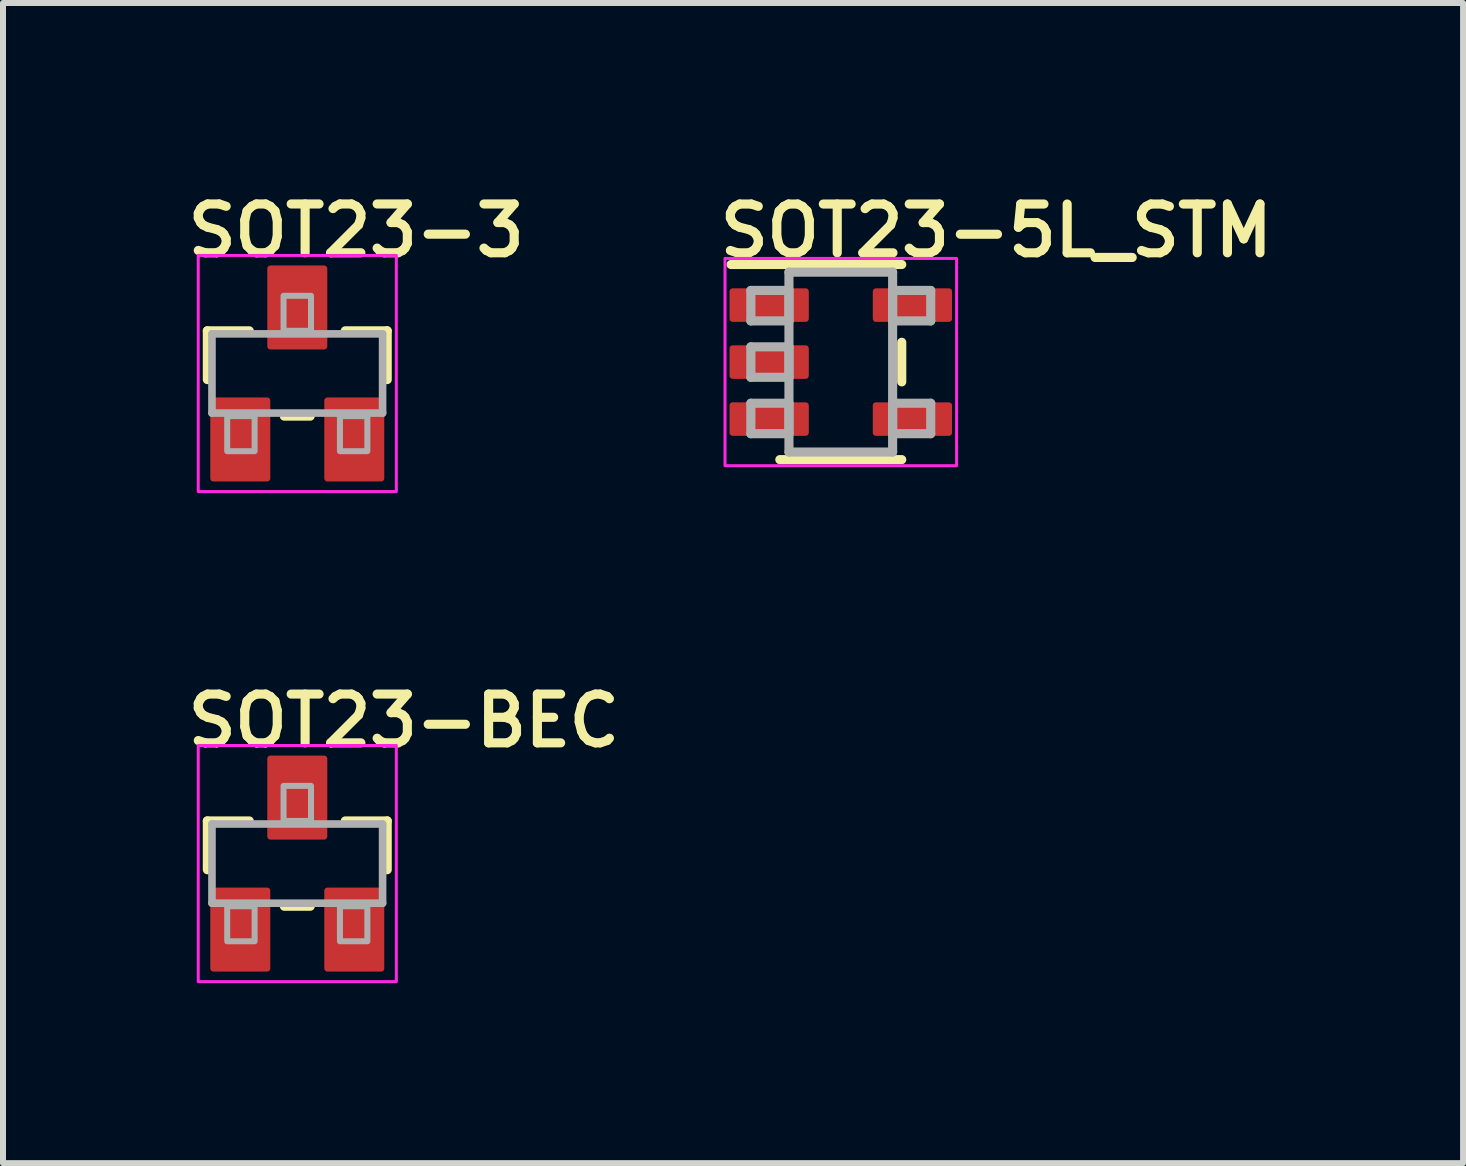
<source format=kicad_pcb>
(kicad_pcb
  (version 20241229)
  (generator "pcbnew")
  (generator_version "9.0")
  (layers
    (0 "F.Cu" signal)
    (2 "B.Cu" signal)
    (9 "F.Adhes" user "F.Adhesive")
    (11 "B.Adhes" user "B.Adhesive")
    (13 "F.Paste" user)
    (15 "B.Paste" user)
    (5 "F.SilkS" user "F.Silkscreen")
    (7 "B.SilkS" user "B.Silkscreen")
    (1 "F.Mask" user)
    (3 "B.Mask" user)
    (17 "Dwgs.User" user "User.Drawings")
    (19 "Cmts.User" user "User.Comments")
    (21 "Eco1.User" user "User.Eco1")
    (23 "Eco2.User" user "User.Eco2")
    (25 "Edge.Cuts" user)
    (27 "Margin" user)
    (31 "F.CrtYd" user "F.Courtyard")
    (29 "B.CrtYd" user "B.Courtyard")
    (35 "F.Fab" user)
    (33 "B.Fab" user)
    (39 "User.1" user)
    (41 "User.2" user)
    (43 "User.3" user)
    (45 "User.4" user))
  (footprint "SOT23-5L_STM"
    (layer "F.Cu")
    (at 10.964 2.985)
    (property "Reference" "SOT23-5L_STM" (at -2.095 -1.714 0) (layer "F.SilkS") (effects (font (size 0.813 0.813) (thickness 0.152) (bold yes)) (justify left bottom)))
    (attr smd)
    (fp_line (start -1.016 1.626) (end 1.016 1.626) (stroke (width 0.152) (type solid)) (layer "F.SilkS"))
    (fp_line (start 1.016 -1.626) (end -1.829 -1.626) (stroke (width 0.152) (type solid)) (layer "F.SilkS"))
    (fp_line (start 1.016 0.33) (end 1.016 -0.33) (stroke (width 0.152) (type solid)) (layer "F.SilkS"))
    (fp_rect (start -1.93 -1.727) (end 1.93 1.727) (stroke (width 0.05) (type solid)) (fill no) (layer "F.CrtYd"))
    (fp_line (start -1.499 -1.194) (end -1.499 -0.686) (stroke (width 0.152) (type solid)) (layer "F.Fab"))
    (fp_line (start -1.499 -0.686) (end -0.864 -0.686) (stroke (width 0.152) (type solid)) (layer "F.Fab"))
    (fp_line (start -1.499 -0.254) (end -1.499 0.254) (stroke (width 0.152) (type solid)) (layer "F.Fab"))
    (fp_line (start -1.499 0.254) (end -0.864 0.254) (stroke (width 0.152) (type solid)) (layer "F.Fab"))
    (fp_line (start -1.499 0.686) (end -1.499 1.194) (stroke (width 0.152) (type solid)) (layer "F.Fab"))
    (fp_line (start -1.499 1.194) (end -0.864 1.194) (stroke (width 0.152) (type solid)) (layer "F.Fab"))
    (fp_line (start -0.864 -1.499) (end -0.864 1.499) (stroke (width 0.152) (type solid)) (layer "F.Fab"))
    (fp_line (start -0.864 -1.194) (end -1.499 -1.194) (stroke (width 0.152) (type solid)) (layer "F.Fab"))
    (fp_line (start -0.864 -0.686) (end -0.864 -1.194) (stroke (width 0.152) (type solid)) (layer "F.Fab"))
    (fp_line (start -0.864 -0.254) (end -1.499 -0.254) (stroke (width 0.152) (type solid)) (layer "F.Fab"))
    (fp_line (start -0.864 0.254) (end -0.864 -0.254) (stroke (width 0.152) (type solid)) (layer "F.Fab"))
    (fp_line (start -0.864 0.686) (end -1.499 0.686) (stroke (width 0.152) (type solid)) (layer "F.Fab"))
    (fp_line (start -0.864 1.194) (end -0.864 0.686) (stroke (width 0.152) (type solid)) (layer "F.Fab"))
    (fp_line (start -0.864 1.499) (end 0.864 1.499) (stroke (width 0.152) (type solid)) (layer "F.Fab"))
    (fp_line (start 0.864 -1.499) (end -0.864 -1.499) (stroke (width 0.152) (type solid)) (layer "F.Fab"))
    (fp_line (start 0.864 -1.194) (end 0.864 -0.686) (stroke (width 0.152) (type solid)) (layer "F.Fab"))
    (fp_line (start 0.864 -0.686) (end 1.499 -0.686) (stroke (width 0.152) (type solid)) (layer "F.Fab"))
    (fp_line (start 0.864 0.686) (end 0.864 1.194) (stroke (width 0.152) (type solid)) (layer "F.Fab"))
    (fp_line (start 0.864 1.194) (end 1.499 1.194) (stroke (width 0.152) (type solid)) (layer "F.Fab"))
    (fp_line (start 0.864 1.499) (end 0.864 -1.499) (stroke (width 0.152) (type solid)) (layer "F.Fab"))
    (fp_line (start 1.499 -1.194) (end 0.864 -1.194) (stroke (width 0.152) (type solid)) (layer "F.Fab"))
    (fp_line (start 1.499 -0.686) (end 1.499 -1.194) (stroke (width 0.152) (type solid)) (layer "F.Fab"))
    (fp_line (start 1.499 0.686) (end 0.864 0.686) (stroke (width 0.152) (type solid)) (layer "F.Fab"))
    (fp_line (start 1.499 1.194) (end 1.499 0.686) (stroke (width 0.152) (type solid)) (layer "F.Fab"))
    (pad "1" smd roundrect (at -1.194 -0.95) (size 1.321 0.559) (layers "F.Cu" "F.Mask" "F.Paste") (roundrect_rratio 0.091))
    (pad "2" smd roundrect (at -1.194 0) (size 1.321 0.559) (layers "F.Cu" "F.Mask" "F.Paste") (roundrect_rratio 0.091))
    (pad "3" smd roundrect (at -1.194 0.95) (size 1.321 0.559) (layers "F.Cu" "F.Mask" "F.Paste") (roundrect_rratio 0.091))
    (pad "4" smd roundrect (at 1.194 0.95) (size 1.321 0.559) (layers "F.Cu" "F.Mask" "F.Paste") (roundrect_rratio 0.091))
    (pad "5" smd roundrect (at 1.194 -0.95) (size 1.321 0.559) (layers "F.Cu" "F.Mask" "F.Paste") (roundrect_rratio 0.091)))
  (footprint "SOT23-3"
    (layer "F.Cu")
    (at 1.905 3.175)
    (property "Reference" "SOT23-3" (at -1.905 -1.905 0) (layer "F.SilkS") (effects (font (size 0.813 0.813) (thickness 0.152) (bold yes)) (justify left bottom)))
    (attr smd)
    (fp_line (start -1.499 -0.711) (end -1.499 0.102) (stroke (width 0.152) (type solid)) (layer "F.SilkS"))
    (fp_line (start -0.8 -0.711) (end -1.499 -0.711) (stroke (width 0.152) (type solid)) (layer "F.SilkS"))
    (fp_line (start -0.216 0.711) (end 0.216 0.711) (stroke (width 0.152) (type solid)) (layer "F.SilkS"))
    (fp_line (start 1.499 -0.711) (end 0.8 -0.711) (stroke (width 0.152) (type solid)) (layer "F.SilkS"))
    (fp_line (start 1.499 0.102) (end 1.499 -0.711) (stroke (width 0.152) (type solid)) (layer "F.SilkS"))
    (fp_rect (start -1.651 -1.968) (end 1.651 1.968) (stroke (width 0.05) (type default)) (fill no) (layer "F.CrtYd"))
    (fp_line (start -1.422 -0.66) (end 1.422 -0.66) (stroke (width 0.127) (type solid)) (layer "F.Fab"))
    (fp_line (start -1.422 0.66) (end -1.422 -0.66) (stroke (width 0.127) (type solid)) (layer "F.Fab"))
    (fp_line (start 1.422 -0.66) (end 1.422 0.66) (stroke (width 0.127) (type solid)) (layer "F.Fab"))
    (fp_line (start 1.422 0.66) (end -1.422 0.66) (stroke (width 0.127) (type solid)) (layer "F.Fab"))
    (fp_poly (pts (xy -1.168 1.295) (xy -0.711 1.295) (xy -0.711 0.711) (xy -1.168 0.711)) (stroke (width 0.1) (type default)) (fill no) (layer "F.Fab"))
    (fp_poly (pts (xy -0.229 -0.711) (xy 0.229 -0.711) (xy 0.229 -1.295) (xy -0.229 -1.295)) (stroke (width 0.1) (type default)) (fill no) (layer "F.Fab"))
    (fp_poly (pts (xy 0.711 1.295) (xy 1.168 1.295) (xy 1.168 0.711) (xy 0.711 0.711)) (stroke (width 0.1) (type default)) (fill no) (layer "F.Fab"))
    (pad "1" smd roundrect (at -0.95 1.1) (size 1 1.4) (layers "F.Cu" "F.Mask" "F.Paste") (roundrect_rratio 0.051))
    (pad "2" smd roundrect (at 0.95 1.1) (size 1 1.4) (layers "F.Cu" "F.Mask" "F.Paste") (roundrect_rratio 0.051))
    (pad "3" smd roundrect (at 0 -1.1) (size 1 1.4) (layers "F.Cu" "F.Mask" "F.Paste") (roundrect_rratio 0.051)))
  (footprint "SOT23-BEC"
    (layer "F.Cu")
    (at 1.905 11.344)
    (property "Reference" "SOT23-BEC" (at -1.905 -1.905 0) (layer "F.SilkS") (effects (font (size 0.813 0.813) (thickness 0.152) (bold yes)) (justify left bottom)))
    (attr smd)
    (fp_line (start -1.499 -0.711) (end -1.499 0.102) (stroke (width 0.152) (type solid)) (layer "F.SilkS"))
    (fp_line (start -0.8 -0.711) (end -1.499 -0.711) (stroke (width 0.152) (type solid)) (layer "F.SilkS"))
    (fp_line (start -0.216 0.711) (end 0.216 0.711) (stroke (width 0.152) (type solid)) (layer "F.SilkS"))
    (fp_line (start 1.499 -0.711) (end 0.8 -0.711) (stroke (width 0.152) (type solid)) (layer "F.SilkS"))
    (fp_line (start 1.499 0.102) (end 1.499 -0.711) (stroke (width 0.152) (type solid)) (layer "F.SilkS"))
    (fp_rect (start -1.651 -1.968) (end 1.651 1.968) (stroke (width 0.05) (type default)) (fill no) (layer "F.CrtYd"))
    (fp_line (start -1.422 -0.66) (end 1.422 -0.66) (stroke (width 0.127) (type solid)) (layer "F.Fab"))
    (fp_line (start -1.422 0.66) (end -1.422 -0.66) (stroke (width 0.127) (type solid)) (layer "F.Fab"))
    (fp_line (start 1.422 -0.66) (end 1.422 0.66) (stroke (width 0.127) (type solid)) (layer "F.Fab"))
    (fp_line (start 1.422 0.66) (end -1.422 0.66) (stroke (width 0.127) (type solid)) (layer "F.Fab"))
    (fp_poly (pts (xy -1.168 1.295) (xy -0.711 1.295) (xy -0.711 0.711) (xy -1.168 0.711)) (stroke (width 0.1) (type default)) (fill no) (layer "F.Fab"))
    (fp_poly (pts (xy -0.229 -0.711) (xy 0.229 -0.711) (xy 0.229 -1.295) (xy -0.229 -1.295)) (stroke (width 0.1) (type default)) (fill no) (layer "F.Fab"))
    (fp_poly (pts (xy 0.711 1.295) (xy 1.168 1.295) (xy 1.168 0.711) (xy 0.711 0.711)) (stroke (width 0.1) (type default)) (fill no) (layer "F.Fab"))
    (pad "B" smd roundrect (at -0.95 1.1) (size 1 1.4) (layers "F.Cu" "F.Mask" "F.Paste") (roundrect_rratio 0.051))
    (pad "C" smd roundrect (at 0 -1.1) (size 1 1.4) (layers "F.Cu" "F.Mask" "F.Paste") (roundrect_rratio 0.051))
    (pad "E" smd roundrect (at 0.95 1.1) (size 1 1.4) (layers "F.Cu" "F.Mask" "F.Paste") (roundrect_rratio 0.051)))
  (gr_rect
    (start -3 -3)
    (end 21.336 16.337)
    (stroke (width 0.1) (type default))
    (fill no)
    (layer "Edge.Cuts")))
</source>
